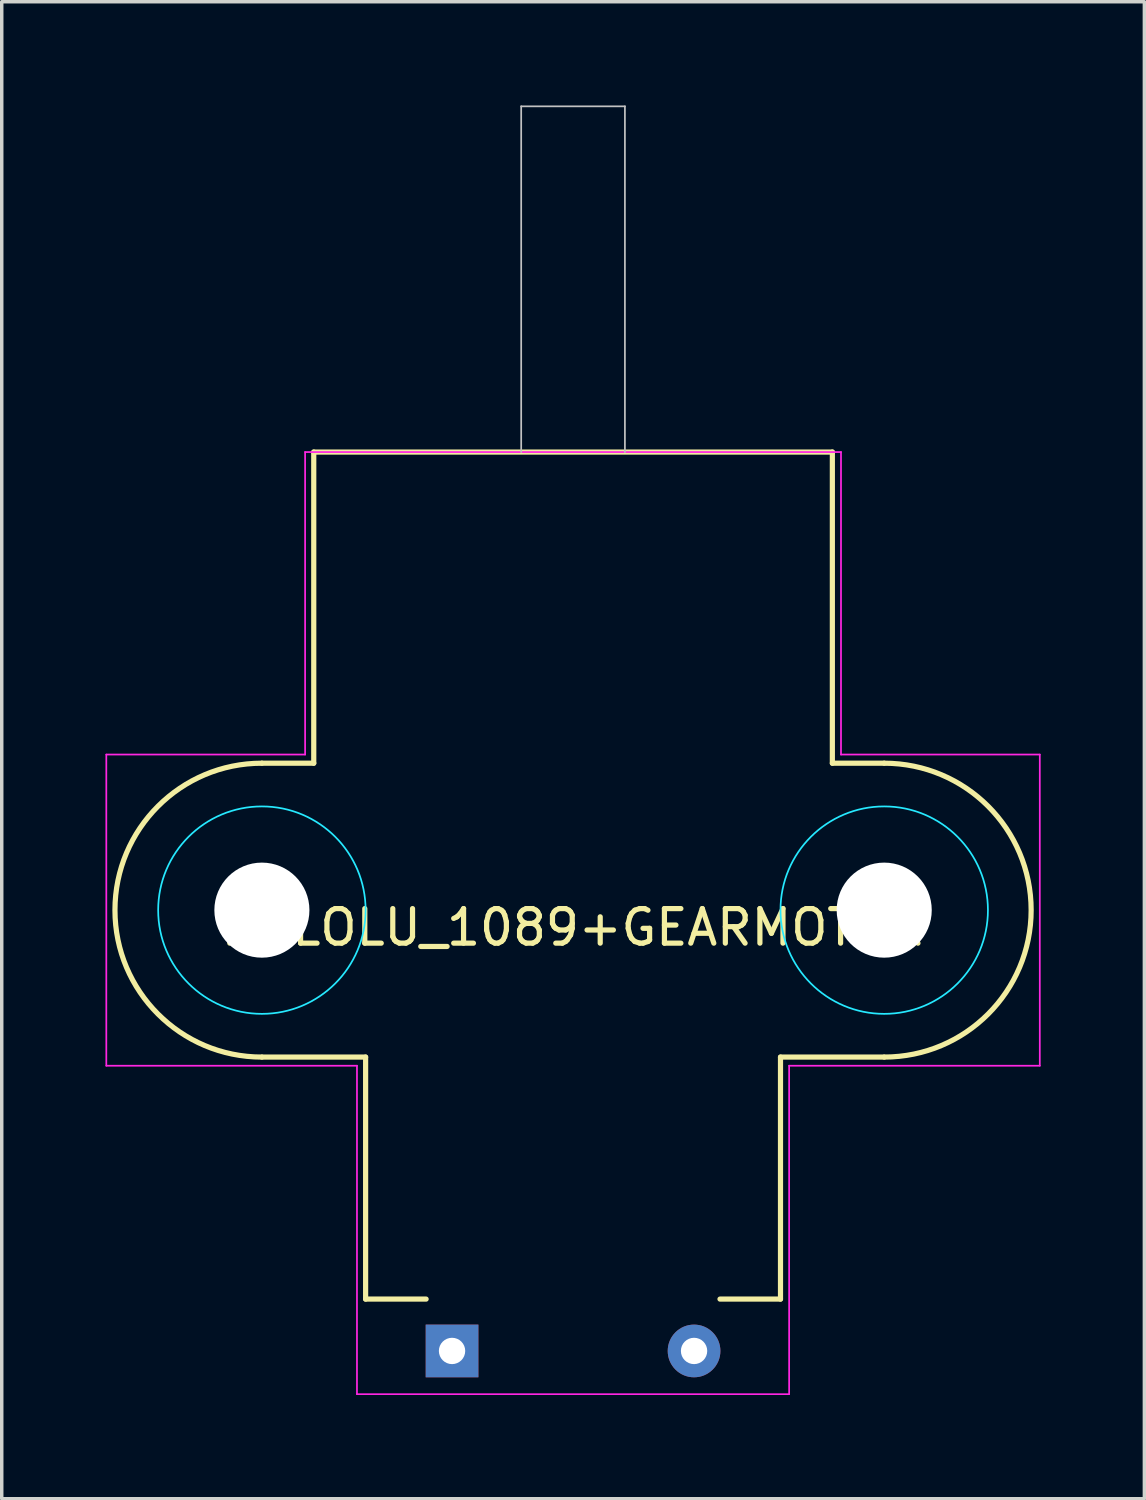
<source format=kicad_pcb>
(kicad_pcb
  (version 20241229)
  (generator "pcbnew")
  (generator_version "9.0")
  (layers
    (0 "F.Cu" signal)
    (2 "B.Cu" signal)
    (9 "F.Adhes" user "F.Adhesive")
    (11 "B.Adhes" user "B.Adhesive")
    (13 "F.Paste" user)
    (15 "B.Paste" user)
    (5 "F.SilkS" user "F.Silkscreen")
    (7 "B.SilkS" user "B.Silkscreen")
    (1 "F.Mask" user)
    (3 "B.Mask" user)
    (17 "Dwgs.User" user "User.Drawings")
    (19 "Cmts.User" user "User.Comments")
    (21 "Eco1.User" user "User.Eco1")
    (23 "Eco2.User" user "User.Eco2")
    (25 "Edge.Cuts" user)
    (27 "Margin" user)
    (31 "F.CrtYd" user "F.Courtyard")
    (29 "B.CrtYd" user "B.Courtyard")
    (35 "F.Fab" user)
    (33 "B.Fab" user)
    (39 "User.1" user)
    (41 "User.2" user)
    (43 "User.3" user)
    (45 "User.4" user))
  (footprint "POLOLU_1089+GEARMOTOR"
    (layer "F.Cu")
    (at 13.525 23.275)
    (property "Reference" "POLOLU_1089+GEARMOTOR" (at 0 0.5 0) (layer "F.SilkS") (effects (font (size 1 1) (thickness 0.15))))
    (attr through_hole)
    (fp_line (start -9 -4.25) (end -7.5 -4.25) (stroke (width 0.15) (type solid)) (layer "F.SilkS"))
    (fp_line (start -9 4.25) (end -6 4.25) (stroke (width 0.15) (type solid)) (layer "F.SilkS"))
    (fp_line (start -7.5 -13.25) (end 7.5 -13.25) (stroke (width 0.15) (type solid)) (layer "F.SilkS"))
    (fp_line (start -7.5 -4.25) (end -7.5 -13.25) (stroke (width 0.15) (type solid)) (layer "F.SilkS"))
    (fp_line (start -6 4.25) (end -6 11.25) (stroke (width 0.15) (type solid)) (layer "F.SilkS"))
    (fp_line (start -6 11.25) (end -4.25 11.25) (stroke (width 0.15) (type solid)) (layer "F.SilkS"))
    (fp_line (start 4.25 11.25) (end 6 11.25) (stroke (width 0.15) (type solid)) (layer "F.SilkS"))
    (fp_line (start 6 4.25) (end 9 4.25) (stroke (width 0.15) (type solid)) (layer "F.SilkS"))
    (fp_line (start 6 11.25) (end 6 4.25) (stroke (width 0.15) (type solid)) (layer "F.SilkS"))
    (fp_line (start 7.5 -13.25) (end 7.5 -4.25) (stroke (width 0.15) (type solid)) (layer "F.SilkS"))
    (fp_line (start 7.5 -4.25) (end 9 -4.25) (stroke (width 0.15) (type solid)) (layer "F.SilkS"))
    (fp_arc (start -9 4.25) (mid -13.25 0) (end -9 -4.25) (stroke (width 0.15) (type solid)) (layer "F.SilkS"))
    (fp_arc (start 9 -4.25) (mid 13.25 0) (end 9 4.25) (stroke (width 0.15) (type solid)) (layer "F.SilkS"))
    (fp_line (start -1.5 -23.25) (end 1.5 -23.25) (stroke (width 0.05) (type solid)) (layer "Dwgs.User"))
    (fp_line (start -1.5 -13.25) (end -1.5 -23.25) (stroke (width 0.05) (type solid)) (layer "Dwgs.User"))
    (fp_line (start 1.5 -23.25) (end 1.5 -13.25) (stroke (width 0.05) (type solid)) (layer "Dwgs.User"))
    (fp_circle (center -9 0) (end -6 0) (stroke (width 0.05) (type solid)) (fill no) (layer "B.CrtYd"))
    (fp_circle (center 9 0) (end 12 0) (stroke (width 0.05) (type solid)) (fill no) (layer "B.CrtYd"))
    (fp_line (start -13.5 -4.5) (end -13.5 4.5) (stroke (width 0.05) (type solid)) (layer "F.CrtYd"))
    (fp_line (start -13.5 4.5) (end -6.25 4.5) (stroke (width 0.05) (type solid)) (layer "F.CrtYd"))
    (fp_line (start -7.75 -13.25) (end -7.75 -4.5) (stroke (width 0.05) (type solid)) (layer "F.CrtYd"))
    (fp_line (start -7.75 -4.5) (end -13.5 -4.5) (stroke (width 0.05) (type solid)) (layer "F.CrtYd"))
    (fp_line (start -6.25 4.5) (end -6.25 14) (stroke (width 0.05) (type solid)) (layer "F.CrtYd"))
    (fp_line (start -6.25 14) (end 6.25 14) (stroke (width 0.05) (type solid)) (layer "F.CrtYd"))
    (fp_line (start 6.25 4.5) (end 13.5 4.5) (stroke (width 0.05) (type solid)) (layer "F.CrtYd"))
    (fp_line (start 6.25 14) (end 6.25 4.5) (stroke (width 0.05) (type solid)) (layer "F.CrtYd"))
    (fp_line (start 7.75 -13.25) (end -7.75 -13.25) (stroke (width 0.05) (type solid)) (layer "F.CrtYd"))
    (fp_line (start 7.75 -4.5) (end 7.75 -13.25) (stroke (width 0.05) (type solid)) (layer "F.CrtYd"))
    (fp_line (start 13.5 -4.5) (end 7.75 -4.5) (stroke (width 0.05) (type solid)) (layer "F.CrtYd"))
    (fp_line (start 13.5 4.5) (end 13.5 -4.5) (stroke (width 0.05) (type solid)) (layer "F.CrtYd"))
    (pad "" np_thru_hole circle (at -9 0) (size 2.75 2.75) (drill 2.75) (layers "*.Cu" "*.Mask"))
    (pad "" np_thru_hole circle (at 9 0) (size 2.75 2.75) (drill 2.75) (layers "*.Cu" "*.Mask"))
    (pad "1" thru_hole rect (at -3.5 12.75) (size 1.524 1.524) (drill 0.762) (layers "*.Cu" "*.Mask"))
    (pad "2" thru_hole circle (at 3.5 12.75) (size 1.524 1.524) (drill 0.762) (layers "*.Cu" "*.Mask")))
  (gr_rect
    (start -3 -3)
    (end 30.05 40.3)
    (stroke (width 0.1) (type default))
    (fill no)
    (layer "Edge.Cuts")))
</source>
